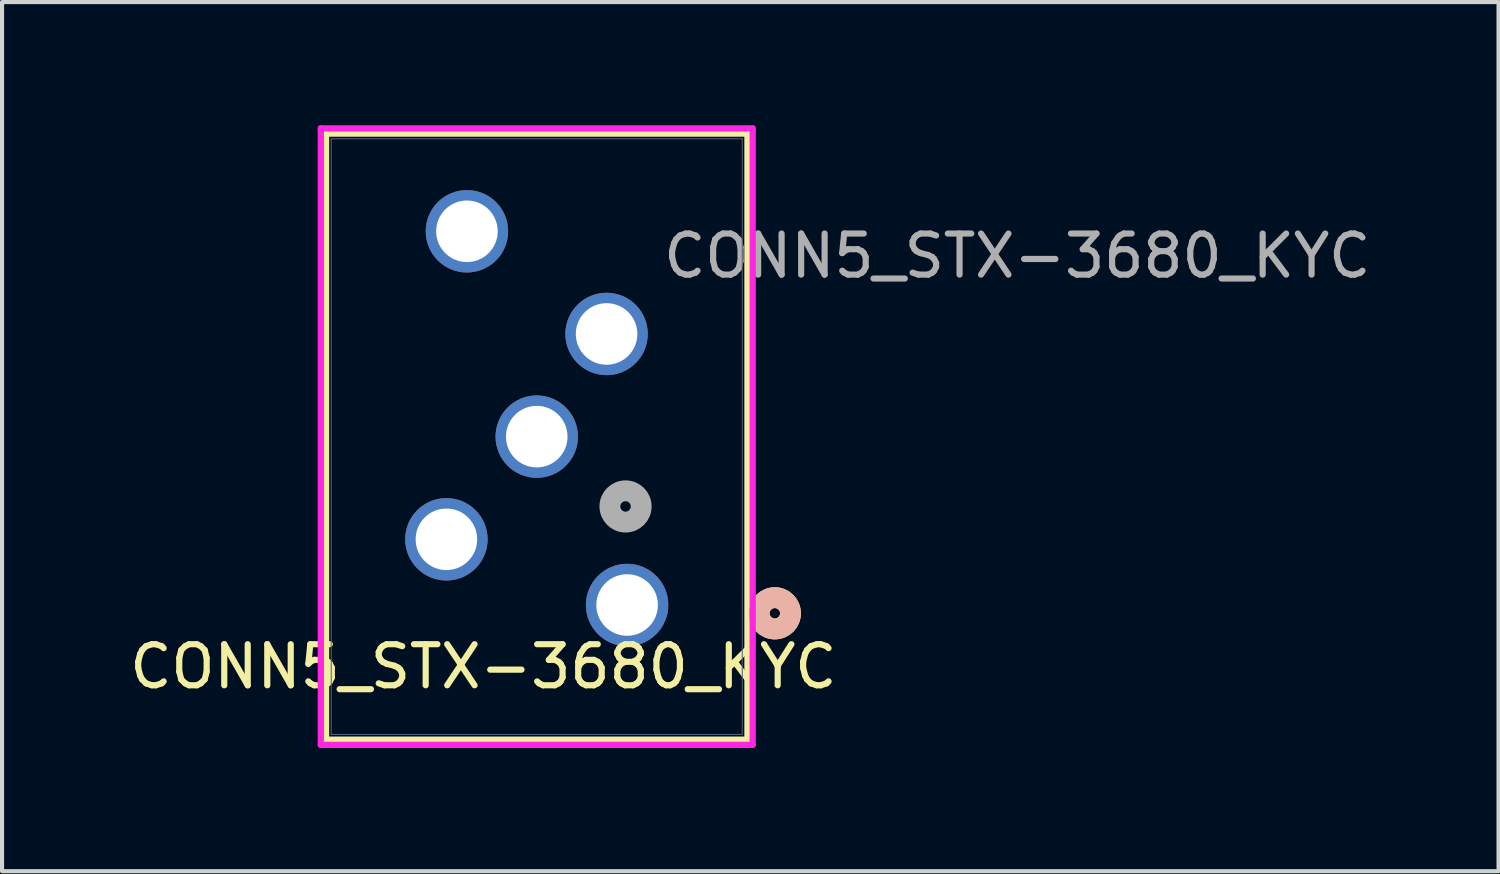
<source format=kicad_pcb>
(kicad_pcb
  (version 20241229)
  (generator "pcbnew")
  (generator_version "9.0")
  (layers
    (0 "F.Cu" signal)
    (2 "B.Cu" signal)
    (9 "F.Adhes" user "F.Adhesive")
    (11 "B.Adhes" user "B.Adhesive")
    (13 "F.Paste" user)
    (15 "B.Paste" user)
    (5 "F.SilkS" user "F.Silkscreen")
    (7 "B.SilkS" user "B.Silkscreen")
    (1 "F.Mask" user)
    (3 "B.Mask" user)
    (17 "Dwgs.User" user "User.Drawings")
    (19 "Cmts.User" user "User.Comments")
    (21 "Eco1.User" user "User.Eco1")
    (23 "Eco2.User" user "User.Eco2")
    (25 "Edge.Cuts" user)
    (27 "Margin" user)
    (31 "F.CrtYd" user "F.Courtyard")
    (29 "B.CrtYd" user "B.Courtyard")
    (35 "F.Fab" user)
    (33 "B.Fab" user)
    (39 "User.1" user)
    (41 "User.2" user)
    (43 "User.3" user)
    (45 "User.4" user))
  (footprint "CONN5_STX-3680_KYC"
    (layer "F.Cu")
    (at 12.22 11.682)
    (property "Reference" "CONN5_STX-3680_KYC" (at -3.5 1.5 0) (unlocked yes) (layer "F.SilkS") (effects (font (size 1 1) (thickness 0.15))))
    (attr through_hole)
    (fp_line (start -7.331 -11.479) (end 2.931 -11.479) (stroke (width 0.152) (type solid)) (layer "F.SilkS"))
    (fp_line (start -7.331 3.279) (end -7.331 -11.479) (stroke (width 0.152) (type solid)) (layer "F.SilkS"))
    (fp_line (start 2.931 -11.479) (end 2.931 3.279) (stroke (width 0.152) (type solid)) (layer "F.SilkS"))
    (fp_line (start 2.931 3.279) (end -7.331 3.279) (stroke (width 0.152) (type solid)) (layer "F.SilkS"))
    (fp_circle (center 3.597 0.202) (end 3.216 0.202) (stroke (width 0.508) (type solid)) (fill no) (layer "F.SilkS"))
    (fp_circle (center 3.597 0.202) (end 3.216 0.202) (stroke (width 0.508) (type solid)) (fill no) (layer "B.SilkS"))
    (fp_line (start -7.458 -11.606) (end 3.058 -11.606) (stroke (width 0.152) (type solid)) (layer "F.CrtYd"))
    (fp_line (start -7.458 3.406) (end -7.458 -11.606) (stroke (width 0.152) (type solid)) (layer "F.CrtYd"))
    (fp_line (start 3.058 -11.606) (end 3.058 3.406) (stroke (width 0.152) (type solid)) (layer "F.CrtYd"))
    (fp_line (start 3.058 3.406) (end -7.458 3.406) (stroke (width 0.152) (type solid)) (layer "F.CrtYd"))
    (fp_line (start -7.204 -11.352) (end 2.804 -11.352) (stroke (width 0.025) (type solid)) (layer "B.Fab"))
    (fp_line (start -7.204 3.152) (end -7.204 -11.352) (stroke (width 0.025) (type solid)) (layer "B.Fab"))
    (fp_line (start 2.804 -11.352) (end 2.804 3.152) (stroke (width 0.025) (type solid)) (layer "B.Fab"))
    (fp_line (start 2.804 3.152) (end -7.204 3.152) (stroke (width 0.025) (type solid)) (layer "B.Fab"))
    (fp_circle (center -0.038 -2.4) (end 0.343 -2.4) (stroke (width 0.508) (type solid)) (fill no) (layer "F.Fab"))
    (fp_text user "${REFERENCE}" (at 9.5 -8.5 0) (unlocked yes) (layer "F.Fab") (effects (font (size 1 1) (thickness 0.15))))
    (pad "R" thru_hole circle (at 0 0) (size 2.007 2.007) (drill 1.499) (layers "*.Cu" "*.Mask"))
    (pad "RN" thru_hole circle (at -4.4 -1.6) (size 2.007 2.007) (drill 1.499) (layers "*.Cu" "*.Mask"))
    (pad "S" thru_hole circle (at -2.2 -4.1) (size 2.007 2.007) (drill 1.499) (layers "*.Cu" "*.Mask"))
    (pad "T" thru_hole circle (at -3.9 -9.1) (size 2.007 2.007) (drill 1.499) (layers "*.Cu" "*.Mask"))
    (pad "TN" thru_hole circle (at -0.5 -6.6) (size 2.007 2.007) (drill 1.499) (layers "*.Cu" "*.Mask")))
  (gr_rect
    (start -3 -3)
    (end 33.44 18.164)
    (stroke (width 0.1) (type default))
    (fill no)
    (layer "Edge.Cuts")))
</source>
